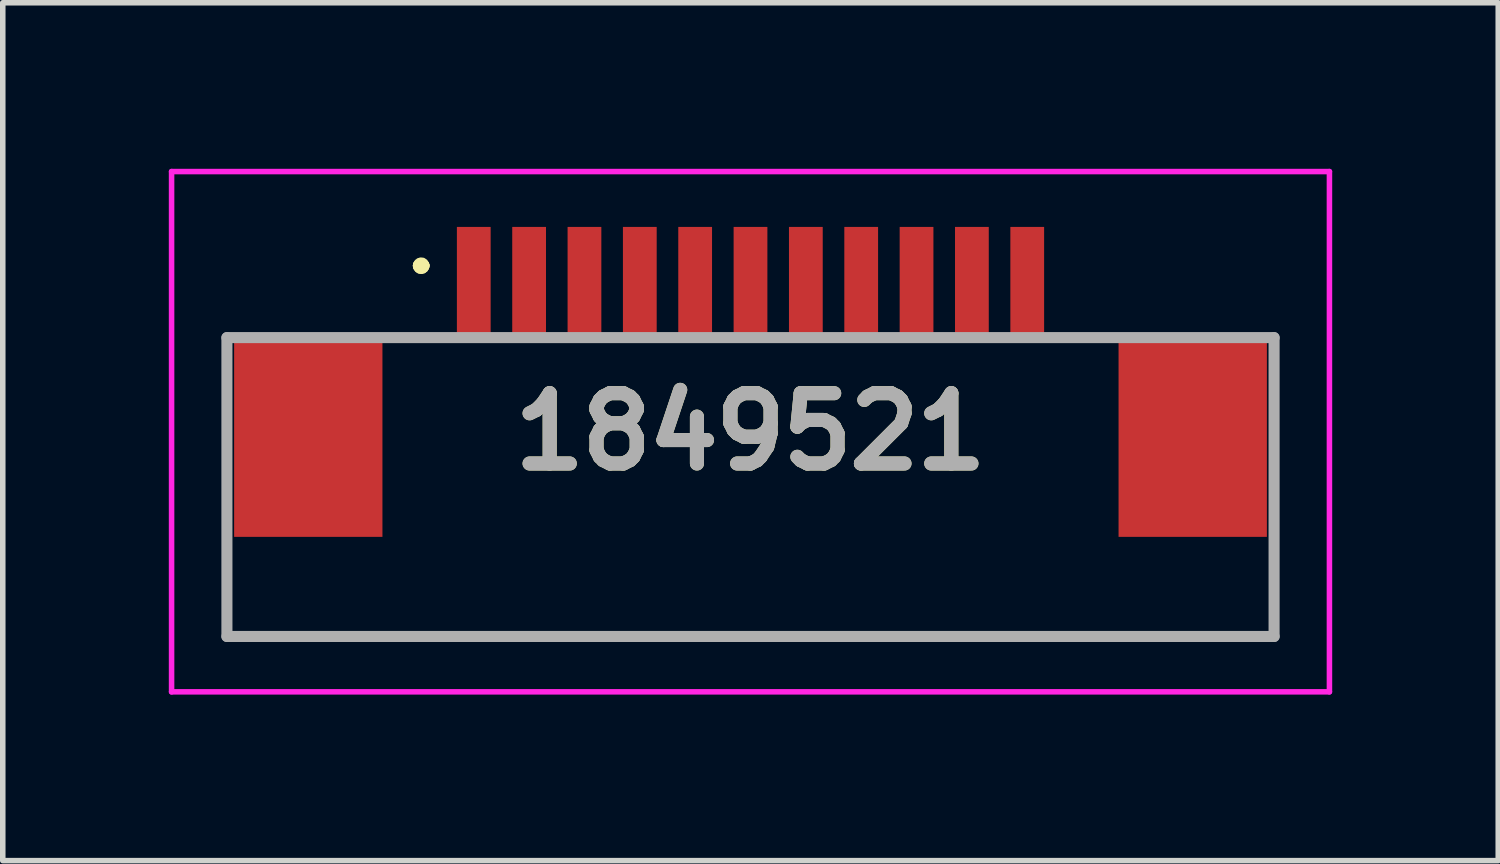
<source format=kicad_pcb>
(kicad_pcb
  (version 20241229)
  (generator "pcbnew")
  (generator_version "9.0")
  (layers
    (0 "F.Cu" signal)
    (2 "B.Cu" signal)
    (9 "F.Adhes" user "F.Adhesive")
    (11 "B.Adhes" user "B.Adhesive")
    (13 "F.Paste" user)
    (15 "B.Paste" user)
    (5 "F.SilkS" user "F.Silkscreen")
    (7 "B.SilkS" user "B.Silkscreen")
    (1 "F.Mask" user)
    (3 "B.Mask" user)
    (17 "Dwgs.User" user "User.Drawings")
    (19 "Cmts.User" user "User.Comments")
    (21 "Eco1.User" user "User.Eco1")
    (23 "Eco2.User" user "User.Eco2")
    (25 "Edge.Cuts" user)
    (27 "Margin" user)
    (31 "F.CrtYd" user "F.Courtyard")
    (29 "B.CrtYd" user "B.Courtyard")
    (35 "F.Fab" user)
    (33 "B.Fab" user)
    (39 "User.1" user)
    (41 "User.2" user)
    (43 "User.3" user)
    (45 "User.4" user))
  (footprint "1849521"
    (layer "F.Cu")
    (at 10.51 5.75)
    (property "Reference" "1849521" (at 0 -1 0) (layer "F.SilkS") (effects (font (size 1.27 1.27) (thickness 0.254))))
    (attr smd)
    (fp_line (start -9.46 1.75) (end -9.46 1.75) (stroke (width 0.1) (type solid)) (layer "F.SilkS"))
    (fp_line (start -9.46 1.75) (end -9.46 2.7) (stroke (width 0.1) (type solid)) (layer "F.SilkS"))
    (fp_line (start -9.46 2.7) (end -9.46 1.75) (stroke (width 0.1) (type solid)) (layer "F.SilkS"))
    (fp_line (start -9.46 2.7) (end -9.46 2.7) (stroke (width 0.1) (type solid)) (layer "F.SilkS"))
    (fp_line (start -9.46 2.7) (end -9.46 2.7) (stroke (width 0.1) (type solid)) (layer "F.SilkS"))
    (fp_line (start -9.46 2.7) (end 9.46 2.7) (stroke (width 0.1) (type solid)) (layer "F.SilkS"))
    (fp_line (start -6 -4) (end -6 -4) (stroke (width 0.2) (type solid)) (layer "F.SilkS"))
    (fp_line (start -6 -4) (end -6 -4) (stroke (width 0.2) (type solid)) (layer "F.SilkS"))
    (fp_line (start -5.9 -4) (end -5.9 -4) (stroke (width 0.2) (type solid)) (layer "F.SilkS"))
    (fp_line (start 9.46 1.75) (end 9.46 1.75) (stroke (width 0.1) (type solid)) (layer "F.SilkS"))
    (fp_line (start 9.46 1.75) (end 9.46 2.7) (stroke (width 0.1) (type solid)) (layer "F.SilkS"))
    (fp_line (start 9.46 2.7) (end -9.46 2.7) (stroke (width 0.1) (type solid)) (layer "F.SilkS"))
    (fp_line (start 9.46 2.7) (end 9.46 1.75) (stroke (width 0.1) (type solid)) (layer "F.SilkS"))
    (fp_line (start 9.46 2.7) (end 9.46 2.7) (stroke (width 0.1) (type solid)) (layer "F.SilkS"))
    (fp_line (start 9.46 2.7) (end 9.46 2.7) (stroke (width 0.1) (type solid)) (layer "F.SilkS"))
    (fp_arc (start -6 -4) (mid -5.95 -4.05) (end -5.9 -4) (stroke (width 0.2) (type solid)) (layer "F.SilkS"))
    (fp_arc (start -5.9 -4) (mid -5.95 -3.95) (end -6 -4) (stroke (width 0.2) (type solid)) (layer "F.SilkS"))
    (fp_arc (start -5.9 -4) (mid -5.95 -3.95) (end -6 -4) (stroke (width 0.2) (type solid)) (layer "F.SilkS"))
    (fp_line (start -10.46 -5.7) (end 10.46 -5.7) (stroke (width 0.1) (type solid)) (layer "F.CrtYd"))
    (fp_line (start -10.46 3.7) (end -10.46 -5.7) (stroke (width 0.1) (type solid)) (layer "F.CrtYd"))
    (fp_line (start 10.46 -5.7) (end 10.46 3.7) (stroke (width 0.1) (type solid)) (layer "F.CrtYd"))
    (fp_line (start 10.46 3.7) (end -10.46 3.7) (stroke (width 0.1) (type solid)) (layer "F.CrtYd"))
    (fp_line (start -9.46 -2.7) (end -9.46 2.7) (stroke (width 0.2) (type solid)) (layer "F.Fab"))
    (fp_line (start -9.46 2.7) (end 9.46 2.7) (stroke (width 0.2) (type solid)) (layer "F.Fab"))
    (fp_line (start 9.46 -2.7) (end -9.46 -2.7) (stroke (width 0.2) (type solid)) (layer "F.Fab"))
    (fp_line (start 9.46 2.7) (end 9.46 -2.7) (stroke (width 0.2) (type solid)) (layer "F.Fab"))
    (fp_text user "${REFERENCE}" (at 0 -1 0) (layer "F.Fab") (effects (font (size 1.27 1.27) (thickness 0.254))))
    (pad "1" smd rect (at -5 -3.7) (size 0.61 2) (layers "F.Cu" "F.Mask" "F.Paste"))
    (pad "2" smd rect (at -4 -3.7) (size 0.61 2) (layers "F.Cu" "F.Mask" "F.Paste"))
    (pad "3" smd rect (at -3 -3.7) (size 0.61 2) (layers "F.Cu" "F.Mask" "F.Paste"))
    (pad "4" smd rect (at -2 -3.7) (size 0.61 2) (layers "F.Cu" "F.Mask" "F.Paste"))
    (pad "5" smd rect (at -1 -3.7) (size 0.61 2) (layers "F.Cu" "F.Mask" "F.Paste"))
    (pad "6" smd rect (at 0 -3.7) (size 0.61 2) (layers "F.Cu" "F.Mask" "F.Paste"))
    (pad "7" smd rect (at 1 -3.7) (size 0.61 2) (layers "F.Cu" "F.Mask" "F.Paste"))
    (pad "8" smd rect (at 2 -3.7) (size 0.61 2) (layers "F.Cu" "F.Mask" "F.Paste"))
    (pad "9" smd rect (at 3 -3.7) (size 0.61 2) (layers "F.Cu" "F.Mask" "F.Paste"))
    (pad "10" smd rect (at 4 -3.7) (size 0.61 2) (layers "F.Cu" "F.Mask" "F.Paste"))
    (pad "11" smd rect (at 5 -3.7) (size 0.61 2) (layers "F.Cu" "F.Mask" "F.Paste"))
    (pad "MP1" smd rect (at -7.99 -0.9) (size 2.68 3.6) (layers "F.Cu" "F.Mask" "F.Paste"))
    (pad "MP2" smd rect (at 7.99 -0.9) (size 2.68 3.6) (layers "F.Cu" "F.Mask" "F.Paste")))
  (gr_rect
    (start -3 -3)
    (end 24.02 12.5)
    (stroke (width 0.1) (type default))
    (fill no)
    (layer "Edge.Cuts")))
</source>
